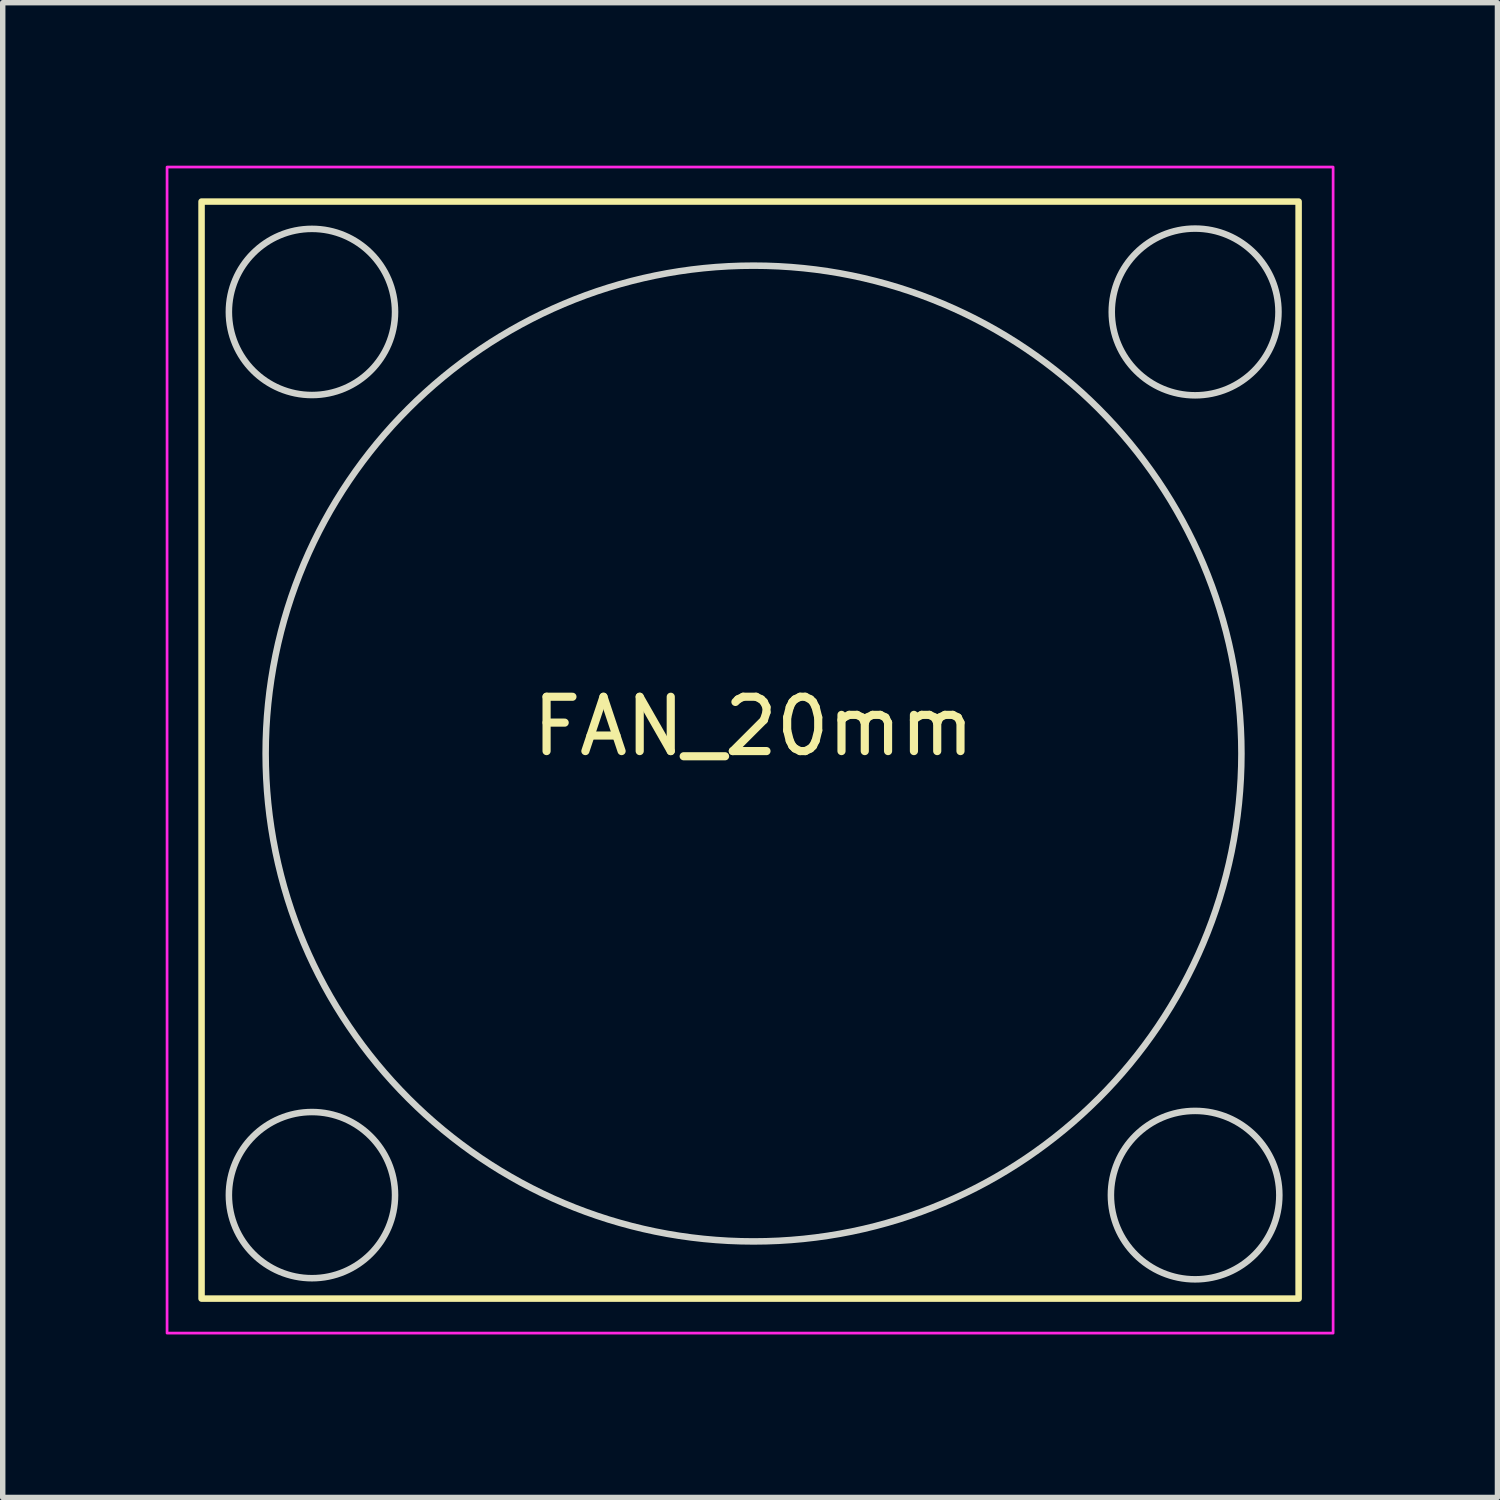
<source format=kicad_pcb>
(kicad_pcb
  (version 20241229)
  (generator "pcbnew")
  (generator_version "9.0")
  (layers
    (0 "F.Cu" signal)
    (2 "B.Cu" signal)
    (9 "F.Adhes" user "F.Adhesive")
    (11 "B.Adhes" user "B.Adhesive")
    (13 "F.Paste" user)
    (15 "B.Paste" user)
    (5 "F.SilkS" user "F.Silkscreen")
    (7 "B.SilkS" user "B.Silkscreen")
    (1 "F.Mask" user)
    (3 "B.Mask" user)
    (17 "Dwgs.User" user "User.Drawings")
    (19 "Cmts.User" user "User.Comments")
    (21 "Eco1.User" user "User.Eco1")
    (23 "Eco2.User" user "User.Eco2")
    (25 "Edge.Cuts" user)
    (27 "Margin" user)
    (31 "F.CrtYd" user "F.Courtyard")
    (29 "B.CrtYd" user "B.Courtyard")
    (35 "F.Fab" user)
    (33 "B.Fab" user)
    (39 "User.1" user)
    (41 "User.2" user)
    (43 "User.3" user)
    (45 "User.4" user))
  (footprint "FAN_20mm"
    (layer "F.Cu")
    (at 10.82 10.82)
    (property "Reference" "FAN_20mm" (at 0 -0.5 0) (unlocked yes) (layer "F.SilkS") (effects (font (size 1 1) (thickness 0.15))))
    (attr through_hole)
    (fp_rect (start -10.16 -10.16) (end 10.033 10.033) (stroke (width 0.12) (type solid)) (fill no) (layer "F.SilkS"))
    (fp_circle (center -8.128 -8.128) (end -7.112 -6.985) (stroke (width 0.12) (type solid)) (fill no) (layer "Edge.Cuts"))
    (fp_circle (center -8.128 8.128) (end -6.604 8.001) (stroke (width 0.12) (type solid)) (fill no) (layer "Edge.Cuts"))
    (fp_circle (center 0 0) (end 6.35 6.35) (stroke (width 0.12) (type solid)) (fill no) (layer "Edge.Cuts"))
    (fp_circle (center 8.128 -8.128) (end 8.763 -6.731) (stroke (width 0.12) (type solid)) (fill no) (layer "Edge.Cuts"))
    (fp_circle (center 8.128 8.128) (end 9.017 6.858) (stroke (width 0.12) (type solid)) (fill no) (layer "Edge.Cuts"))
    (fp_rect (start -10.795 -10.795) (end 10.668 10.668) (stroke (width 0.05) (type solid)) (fill no) (layer "F.CrtYd")))
  (gr_rect
    (start -3 -3)
    (end 24.513 24.513)
    (stroke (width 0.1) (type default))
    (fill no)
    (layer "Edge.Cuts")))
</source>
